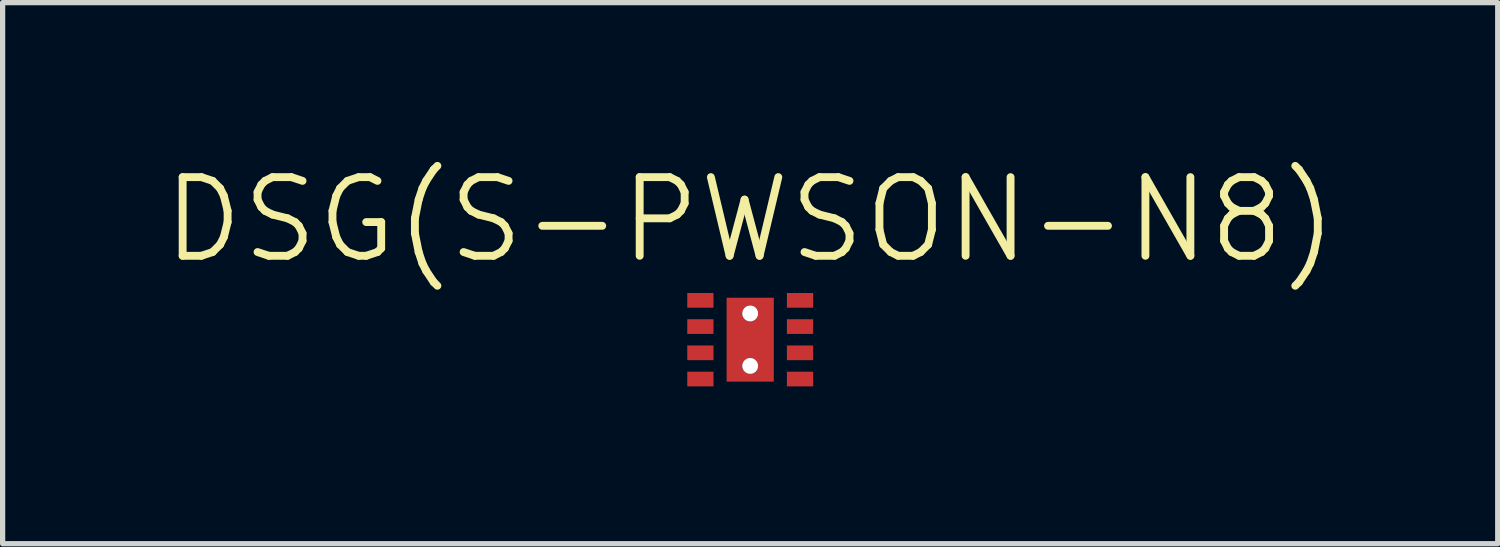
<source format=kicad_pcb>
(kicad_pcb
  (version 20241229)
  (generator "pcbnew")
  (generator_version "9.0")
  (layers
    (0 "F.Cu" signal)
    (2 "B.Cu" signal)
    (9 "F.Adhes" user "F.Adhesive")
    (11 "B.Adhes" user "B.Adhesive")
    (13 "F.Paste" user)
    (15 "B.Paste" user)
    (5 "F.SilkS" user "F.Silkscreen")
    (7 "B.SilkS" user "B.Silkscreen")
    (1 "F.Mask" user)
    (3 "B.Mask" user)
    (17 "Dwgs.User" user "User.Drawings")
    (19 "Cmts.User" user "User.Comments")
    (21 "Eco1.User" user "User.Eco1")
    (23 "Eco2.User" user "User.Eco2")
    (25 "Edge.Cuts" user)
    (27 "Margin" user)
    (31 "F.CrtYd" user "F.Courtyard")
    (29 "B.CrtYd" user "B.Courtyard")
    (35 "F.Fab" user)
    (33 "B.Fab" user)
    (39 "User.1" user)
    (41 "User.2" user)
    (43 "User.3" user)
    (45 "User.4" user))
  (footprint "DSG(S-PWSON-N8)"
    (layer "F.Cu")
    (at 11.254 3.427)
    (property "Reference" "DSG(S-PWSON-N8)" (at 0 -2.286 0) (layer "F.SilkS") (effects (font (size 1.5 1.5) (thickness 0.15))))
    (attr through_hole)
    (pad "" thru_hole circle (at 0 -0.5 270) (size 0.3 0.3) (drill 0.3) (layers "*.Cu" "*.Mask"))
    (pad "" smd rect (at 0 0 270) (size 1.6 0.9) (layers "F.Cu" "F.Mask" "F.Paste"))
    (pad "" thru_hole circle (at 0 0.5 270) (size 0.3 0.3) (drill 0.3) (layers "*.Cu" "*.Mask"))
    (pad "1" smd rect (at -0.95 -0.75 270) (size 0.28 0.5) (layers "F.Cu" "F.Mask" "F.Paste"))
    (pad "2" smd rect (at -0.95 -0.25 270) (size 0.28 0.5) (layers "F.Cu" "F.Mask" "F.Paste"))
    (pad "3" smd rect (at -0.95 0.25 270) (size 0.28 0.5) (layers "F.Cu" "F.Mask" "F.Paste"))
    (pad "4" smd rect (at -0.95 0.75 270) (size 0.28 0.5) (layers "F.Cu" "F.Mask" "F.Paste"))
    (pad "5" smd rect (at 0.95 0.75 270) (size 0.28 0.5) (layers "F.Cu" "F.Mask" "F.Paste"))
    (pad "6" smd rect (at 0.95 0.25 270) (size 0.28 0.5) (layers "F.Cu" "F.Mask" "F.Paste"))
    (pad "7" smd rect (at 0.95 -0.25 270) (size 0.28 0.5) (layers "F.Cu" "F.Mask" "F.Paste"))
    (pad "8" smd rect (at 0.95 -0.75 270) (size 0.28 0.5) (layers "F.Cu" "F.Mask" "F.Paste")))
  (gr_rect
    (start -3 -3)
    (end 25.507 7.317)
    (stroke (width 0.1) (type default))
    (fill no)
    (layer "Edge.Cuts")))
</source>
